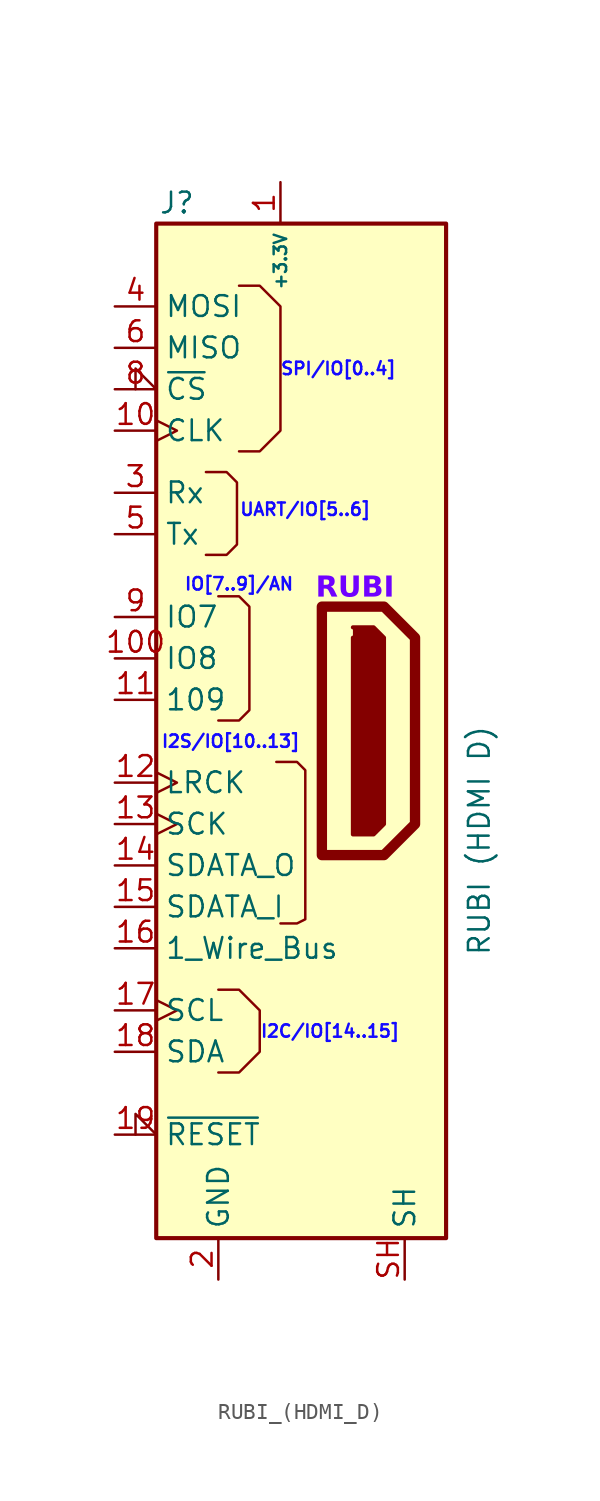
<source format=kicad_sym>
(kicad_symbol_lib
  (version 20241209)
  (generator "kicad_symbol_editor")
  (generator_version "9.0")
  (symbol "RUBI_(HDMI_D)"
    (property "Reference" "J"
      (at -6.35 26.67 0)
      (effects (font (size 1.27 1.27))))
    (property "Value" "RUBI (HDMI D)"
      (at 12.192 -12.446 90)
      (effects (font (size 1.27 1.27))))
    (symbol "RUBI_(HDMI_D)_0_1"
      (rectangle (start -7.62 25.4) (end 10.16 -36.83) (stroke (width 0.254) (type default)) (fill (type background)))
      (polyline (pts (xy -4.572 10.16) (xy -3.302 10.16) (xy -2.667 9.525) (xy -2.667 5.715) (xy -3.302 5.08) (xy -4.572 5.08)) (stroke (width 0) (type default)) (fill (type none)))
      (polyline (pts (xy -3.81 2.54) (xy -2.54 2.54) (xy -1.905 1.905) (xy -1.905 -4.445) (xy -2.54 -5.08) (xy -3.81 -5.08)) (stroke (width 0) (type default)) (fill (type none)))
      (polyline (pts (xy -3.81 -21.59) (xy -2.54 -21.59) (xy -1.27 -22.86) (xy -1.27 -24.13) (xy -1.27 -25.4) (xy -2.54 -26.67) (xy -3.81 -26.67)) (stroke (width 0) (type default)) (fill (type none)))
      (polyline (pts (xy -2.54 21.59) (xy -1.27 21.59) (xy 0 20.32) (xy 0 12.7) (xy -1.27 11.43) (xy -2.54 11.43)) (stroke (width 0) (type default)) (fill (type none)))
      (polyline (pts (xy -0.254 -7.62) (xy 1.016 -7.62) (xy 1.524 -8.128) (xy 1.524 -17.272) (xy 1.016 -17.526) (xy 0 -17.526)) (stroke (width 0) (type default)) (fill (type none)))
      (polyline (pts (xy 2.54 1.905) (xy 6.35 1.905) (xy 8.255 0) (xy 8.255 -11.43) (xy 6.35 -13.335) (xy 2.54 -13.335) (xy 2.54 1.905)) (stroke (width 0.635) (type default)) (fill (type none)))
      (polyline (pts (xy 4.445 0.635) (xy 5.715 0.635) (xy 6.35 0) (xy 6.35 -11.43) (xy 5.715 -12.065) (xy 4.445 -12.065) (xy 4.445 0)) (stroke (width 0.254) (type default)) (fill (type outline))))
    (symbol "RUBI_(HDMI_D)_1_1"
      (text "I2S/IO[10..13]" (at -3.048 -6.35 0) (effects (font (size 0.762 0.762) (thickness 0.152) (bold yes) (color 20 10 255 1))))
      (text "IO[7..9]/AN" (at -2.54 3.302 0) (effects (font (size 0.762 0.762) (thickness 0.152) (bold yes) (color 20 10 255 1))))
      (text "UART/IO[5..6]" (at 1.524 7.874 0) (effects (font (size 0.762 0.762) (thickness 0.152) (bold yes) (color 20 10 255 1))))
      (text "I2C/IO[14..15]" (at 3.048 -24.13 0) (effects (font (size 0.762 0.762) (thickness 0.152) (bold yes) (color 20 10 255 1))))
      (text "SPI/IO[0..4]" (at 3.556 16.51 0) (effects (font (size 0.762 0.762) (thickness 0.152) (bold yes) (color 20 10 255 1))))
      (text "RUBI" (at 4.572 3.048 0) (effects (font (face "DejaVu Sans") (size 1.27 1.27) (bold yes) (color 112 1 255 1))))
      (pin output line (at -10.16 20.32 0) (length 2.54) (name "MOSI" (effects (font (size 1.27 1.27)))) (number "4" (effects (font (size 1.27 1.27)))) (alternate "IO0" bidirectional line))
      (pin input line (at -10.16 17.78 0) (length 2.54) (name "MISO" (effects (font (size 1.27 1.27)))) (number "6" (effects (font (size 1.27 1.27)))) (alternate "IO1" bidirectional line))
      (pin output input_low (at -10.16 15.24 0) (length 2.54) (name "~{CS}" (effects (font (size 1.27 1.27)))) (number "8" (effects (font (size 1.27 1.27)))) (alternate "IO3" bidirectional line))
      (pin output clock (at -10.16 12.7 0) (length 2.54) (name "CLK" (effects (font (size 1.27 1.27)))) (number "10" (effects (font (size 1.27 1.27)))) (alternate "IO4" bidirectional line))
      (pin input line (at -10.16 8.89 0) (length 2.54) (name "Rx" (effects (font (size 1.27 1.27)))) (number "3" (effects (font (size 1.27 1.27)))) (alternate "IO5" bidirectional line))
      (pin output line (at -10.16 6.35 0) (length 2.54) (name "Tx" (effects (font (size 1.27 1.27)))) (number "5" (effects (font (size 1.27 1.27)))) (alternate "IO6" bidirectional line))
      (pin bidirectional line (at -10.16 1.27 0) (length 2.54) (name "IO7" (effects (font (size 1.27 1.27)))) (number "9" (effects (font (size 1.27 1.27)))))
      (pin bidirectional line (at -10.16 -1.27 0) (length 2.54) (name "IO8" (effects (font (size 1.27 1.27)))) (number "100" (effects (font (size 1.27 1.27)))) (alternate "AN_IN" input line))
      (pin bidirectional line (at -10.16 -3.81 0) (length 2.54) (name "109" (effects (font (size 1.27 1.27)))) (number "11" (effects (font (size 1.27 1.27)))) (alternate "SDATA_I" input line))
      (pin output clock (at -10.16 -8.89 0) (length 2.54) (name "LRCK" (effects (font (size 1.27 1.27)))) (number "12" (effects (font (size 1.27 1.27)))) (alternate "IO10" bidirectional line))
      (pin output clock (at -10.16 -11.43 0) (length 2.54) (name "SCK" (effects (font (size 1.27 1.27)))) (number "13" (effects (font (size 1.27 1.27)))) (alternate "IO11" bidirectional line))
      (pin output line (at -10.16 -13.97 0) (length 2.54) (name "SDATA_O" (effects (font (size 1.27 1.27)))) (number "14" (effects (font (size 1.27 1.27)))) (alternate "IO12" bidirectional line))
      (pin input line (at -10.16 -16.51 0) (length 2.54) (name "SDATA_I" (effects (font (size 1.27 1.27)))) (number "15" (effects (font (size 1.27 1.27)))) (alternate "IO13" bidirectional line))
      (pin open_collector line (at -10.16 -19.05 0) (length 2.54) (name "1_Wire_Bus" (effects (font (size 1.27 1.27)))) (number "16" (effects (font (size 1.27 1.27)))) (alternate "IO15" bidirectional line))
      (pin output clock (at -10.16 -22.86 0) (length 2.54) (name "SCL" (effects (font (size 1.27 1.27)))) (number "17" (effects (font (size 1.27 1.27)))) (alternate "IO13" bidirectional line))
      (pin bidirectional line (at -10.16 -25.4 0) (length 2.54) (name "SDA" (effects (font (size 1.27 1.27)))) (number "18" (effects (font (size 1.27 1.27)))) (alternate "IO14" bidirectional line))
      (pin open_collector input_low (at -10.16 -30.48 0) (length 2.54) (name "~{RESET}" (effects (font (size 1.27 1.27)))) (number "19" (effects (font (size 1.27 1.27)))))
      (pin power_in line (at -3.81 -39.37 90) (length 2.54) (name "GND" (effects (font (size 1.27 1.27)))) (number "2" (effects (font (size 1.27 1.27)))))
      (pin power_out line (at 0 27.94 270) (length 2.54) (name "+3.3V" (effects (font (size 0.762 0.762)))) (number "1" (effects (font (size 1.27 1.27)))))
      (pin passive line (at 7.62 -39.37 90) (length 2.54) (name "SH" (effects (font (size 1.27 1.27)))) (number "SH" (effects (font (size 1.27 1.27))))))))
</source>
